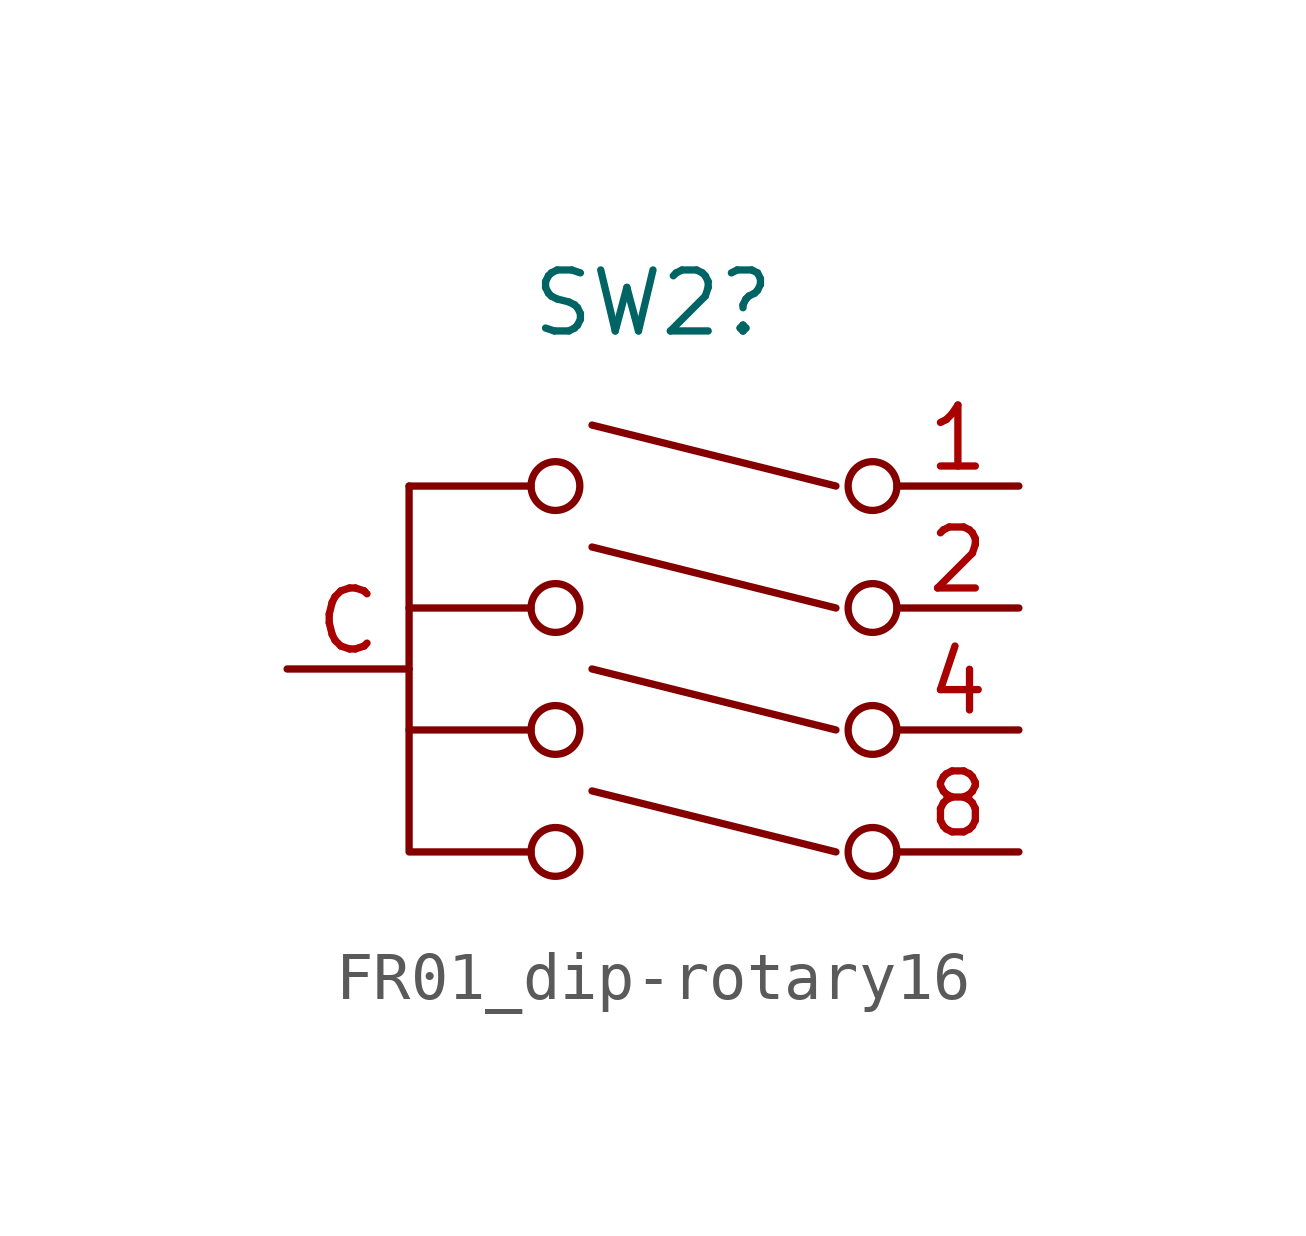
<source format=kicad_sym>
(kicad_symbol_lib
  (version 20220914)
  (generator kicad_symbol_editor)
  (symbol "FR01_dip-rotary16"
    (property "Reference" "SW2"
      (at -1.27 7.62 0)
      (effects (font (size 1.27 1.27))))
    (symbol "FR01_dip-rotary16_0_1"
      (circle (center -3.302 -3.81) (radius 0.508) (stroke (width 0) (type default)) (fill (type none)))
      (circle (center -3.302 -1.27) (radius 0.508) (stroke (width 0) (type default)) (fill (type none)))
      (circle (center -3.302 1.27) (radius 0.508) (stroke (width 0) (type default)) (fill (type none)))
      (circle (center -3.302 3.81) (radius 0.508) (stroke (width 0) (type default)) (fill (type none)))
      (polyline (pts (xy -6.35 -1.27) (xy -3.81 -1.27)) (stroke (width 0) (type default)) (fill (type none)))
      (polyline (pts (xy -6.35 1.27) (xy -3.81 1.27)) (stroke (width 0) (type default)) (fill (type none)))
      (polyline (pts (xy -6.35 3.81) (xy -3.81 3.81)) (stroke (width 0) (type default)) (fill (type none)))
      (polyline (pts (xy 2.54 -3.81) (xy -2.54 -2.54)) (stroke (width 0) (type default)) (fill (type none)))
      (polyline (pts (xy 2.54 -1.27) (xy -2.54 0)) (stroke (width 0) (type default)) (fill (type none)))
      (polyline (pts (xy 2.54 1.27) (xy -2.54 2.54)) (stroke (width 0) (type default)) (fill (type none)))
      (polyline (pts (xy 2.54 3.81) (xy -2.54 5.08)) (stroke (width 0) (type default)) (fill (type none)))
      (polyline (pts (xy -6.35 3.81) (xy -6.35 -3.81) (xy -3.81 -3.81)) (stroke (width 0) (type default)) (fill (type none)))
      (circle (center 3.302 -3.81) (radius 0.508) (stroke (width 0) (type default)) (fill (type none)))
      (circle (center 3.302 -1.27) (radius 0.508) (stroke (width 0) (type default)) (fill (type none)))
      (circle (center 3.302 1.27) (radius 0.508) (stroke (width 0) (type default)) (fill (type none)))
      (circle (center 3.302 3.81) (radius 0.508) (stroke (width 0) (type default)) (fill (type none))))
    (symbol "FR01_dip-rotary16_1_1"
      (pin passive line (at 6.35 3.81 180) (length 2.54) (name "" (effects (font (size 1.27 1.27)))) (number "1" (effects (font (size 1.27 1.27)))))
      (pin passive line (at 6.35 1.27 180) (length 2.54) (name "" (effects (font (size 1.27 1.27)))) (number "2" (effects (font (size 1.27 1.27)))))
      (pin passive line (at 6.35 -1.27 180) (length 2.54) (name "" (effects (font (size 1.27 1.27)))) (number "4" (effects (font (size 1.27 1.27)))))
      (pin passive line (at 6.35 -3.81 180) (length 2.54) (name "" (effects (font (size 1.27 1.27)))) (number "8" (effects (font (size 1.27 1.27)))))
      (pin passive line (at -8.89 0 0) (length 2.54) (name "" (effects (font (size 1.27 1.27)))) (number "C" (effects (font (size 1.27 1.27))))))))
</source>
